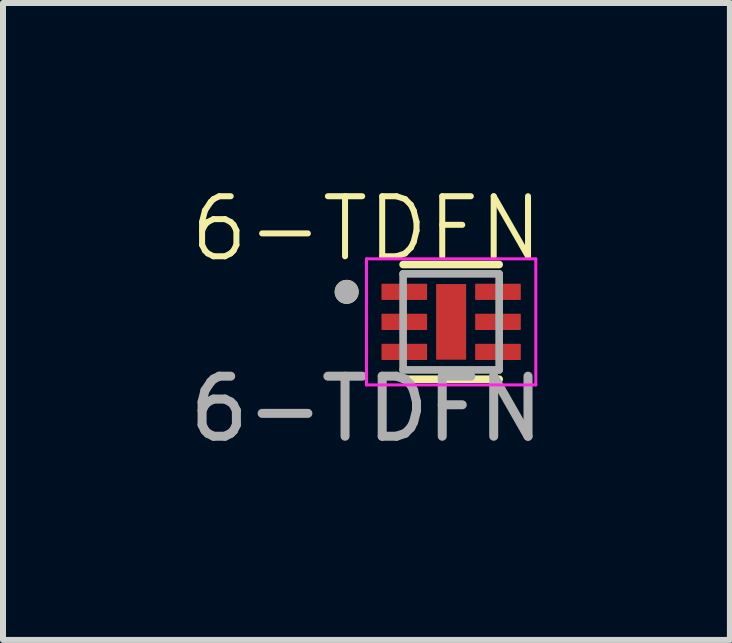
<source format=kicad_pcb>
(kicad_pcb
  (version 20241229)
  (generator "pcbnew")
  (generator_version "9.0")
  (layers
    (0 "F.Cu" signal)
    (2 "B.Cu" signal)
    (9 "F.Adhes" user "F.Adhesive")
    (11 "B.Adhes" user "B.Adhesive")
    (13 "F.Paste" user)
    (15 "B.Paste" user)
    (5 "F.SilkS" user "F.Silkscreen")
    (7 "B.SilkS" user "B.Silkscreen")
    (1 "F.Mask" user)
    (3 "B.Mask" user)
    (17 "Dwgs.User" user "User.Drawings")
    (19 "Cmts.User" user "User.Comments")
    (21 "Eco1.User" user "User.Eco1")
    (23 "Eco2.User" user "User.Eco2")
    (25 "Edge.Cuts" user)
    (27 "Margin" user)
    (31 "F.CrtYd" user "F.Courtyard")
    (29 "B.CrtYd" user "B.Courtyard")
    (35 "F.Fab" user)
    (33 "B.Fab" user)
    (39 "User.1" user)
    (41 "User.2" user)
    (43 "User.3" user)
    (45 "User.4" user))
  (footprint "6-TDFN"
    (layer "F.Cu")
    (at 4.464 2.311)
    (property "Reference" "6-TDFN" (at -1.41 -1.55 0) (unlocked yes) (layer "F.SilkS") (effects (font (size 1 1) (thickness 0.1))))
    (attr smd)
    (fp_line (start -0.8 -0.955) (end 0.8 -0.955) (stroke (width 0.127) (type solid)) (layer "F.SilkS"))
    (fp_line (start -0.8 0.955) (end 0.8 0.955) (stroke (width 0.127) (type solid)) (layer "F.SilkS"))
    (fp_circle (center -1.74 -0.5) (end -1.64 -0.5) (stroke (width 0.2) (type solid)) (fill no) (layer "F.SilkS"))
    (fp_poly (pts (xy -0.16 -0.4) (xy 0.16 -0.4) (xy 0.16 0.4) (xy -0.16 0.4)) (stroke (width 0.01) (type solid)) (fill yes) (layer "F.Paste"))
    (fp_line (start -1.41 -1.05) (end -1.41 1.05) (stroke (width 0.05) (type solid)) (layer "F.CrtYd"))
    (fp_line (start -1.41 -1.05) (end 1.41 -1.05) (stroke (width 0.05) (type solid)) (layer "F.CrtYd"))
    (fp_line (start -1.41 1.05) (end 1.41 1.05) (stroke (width 0.05) (type solid)) (layer "F.CrtYd"))
    (fp_line (start 1.41 -1.05) (end 1.41 1.05) (stroke (width 0.05) (type solid)) (layer "F.CrtYd"))
    (fp_line (start -0.8 -0.8) (end -0.8 0.8) (stroke (width 0.127) (type solid)) (layer "F.Fab"))
    (fp_line (start -0.8 -0.8) (end 0.8 -0.8) (stroke (width 0.127) (type solid)) (layer "F.Fab"))
    (fp_line (start -0.8 0.8) (end 0.8 0.8) (stroke (width 0.127) (type solid)) (layer "F.Fab"))
    (fp_line (start 0.8 -0.8) (end 0.8 0.8) (stroke (width 0.127) (type solid)) (layer "F.Fab"))
    (fp_circle (center -1.74 -0.5) (end -1.64 -0.5) (stroke (width 0.2) (type solid)) (fill no) (layer "F.Fab"))
    (fp_text user "${REFERENCE}" (at -1.41 1.45 0) (unlocked yes) (layer "F.Fab") (effects (font (size 1 1) (thickness 0.15))))
    (pad "1" smd roundrect (at -0.78 -0.5) (size 0.76 0.27) (layers "F.Cu" "F.Mask" "F.Paste") (roundrect_rratio 0.03))
    (pad "2" smd roundrect (at -0.78 0) (size 0.76 0.27) (layers "F.Cu" "F.Mask" "F.Paste") (roundrect_rratio 0.03))
    (pad "3" smd roundrect (at -0.78 0.5) (size 0.76 0.27) (layers "F.Cu" "F.Mask" "F.Paste") (roundrect_rratio 0.03))
    (pad "4" smd roundrect (at 0.78 0.5) (size 0.76 0.27) (layers "F.Cu" "F.Mask" "F.Paste") (roundrect_rratio 0.03))
    (pad "5" smd roundrect (at 0.78 0) (size 0.76 0.27) (layers "F.Cu" "F.Mask" "F.Paste") (roundrect_rratio 0.03))
    (pad "6" smd roundrect (at 0.78 -0.5) (size 0.76 0.27) (layers "F.Cu" "F.Mask" "F.Paste") (roundrect_rratio 0.03))
    (pad "7" smd rect (at 0 0) (size 0.5 1.26) (layers "F.Cu" "F.Mask")))
  (gr_rect
    (start -3 -3)
    (end 9.107 7.609)
    (stroke (width 0.1) (type default))
    (fill no)
    (layer "Edge.Cuts")))
</source>
